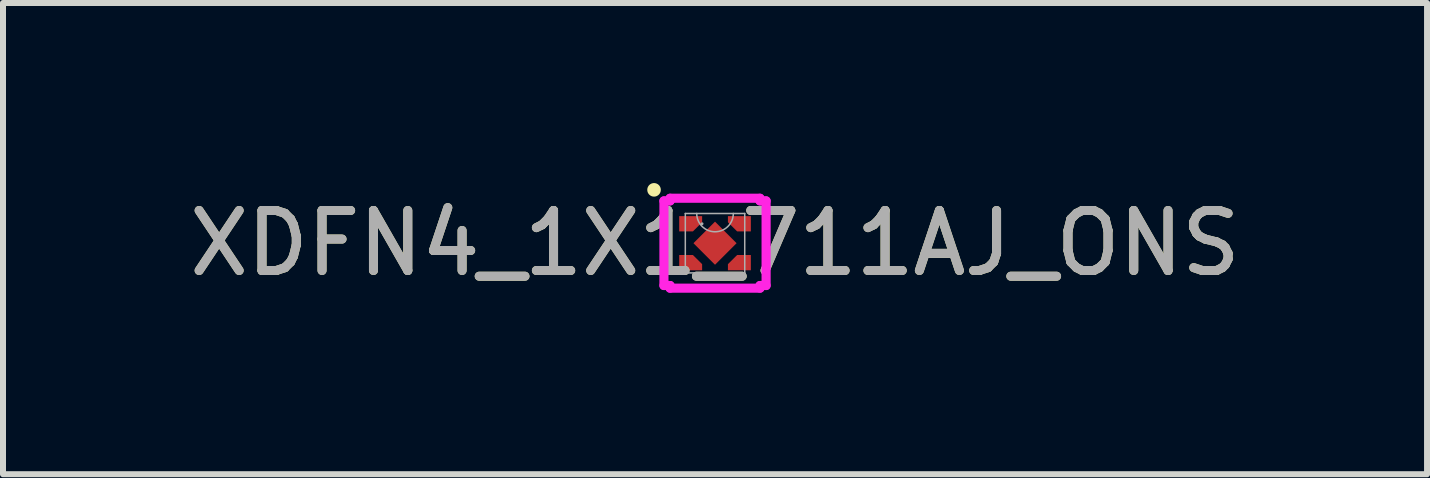
<source format=kicad_pcb>
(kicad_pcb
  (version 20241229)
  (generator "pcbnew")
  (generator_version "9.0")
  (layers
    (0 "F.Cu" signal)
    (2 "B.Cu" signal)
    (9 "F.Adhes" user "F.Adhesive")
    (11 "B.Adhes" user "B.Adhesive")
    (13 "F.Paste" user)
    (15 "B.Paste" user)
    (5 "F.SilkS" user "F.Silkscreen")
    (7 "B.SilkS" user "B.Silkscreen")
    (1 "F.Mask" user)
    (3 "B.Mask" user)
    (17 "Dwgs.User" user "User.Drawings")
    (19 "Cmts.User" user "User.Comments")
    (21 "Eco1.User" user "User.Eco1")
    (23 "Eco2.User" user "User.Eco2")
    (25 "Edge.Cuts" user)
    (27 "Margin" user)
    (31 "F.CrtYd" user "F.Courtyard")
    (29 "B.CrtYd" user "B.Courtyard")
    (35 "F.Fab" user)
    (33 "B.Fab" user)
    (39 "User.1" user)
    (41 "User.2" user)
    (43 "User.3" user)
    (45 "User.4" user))
  (footprint "XDFN4_1X1_711AJ_ONS"
    (layer "F.Cu")
    (at 8.863 1.002)
    (property "Reference" "XDFN4_1X1_711AJ_ONS" (at 0 0 0) (unlocked yes) (layer "F.SilkS") (effects (font (size 1 1) (thickness 0.15))))
    (attr smd)
    (fp_circle (center -1.016 -0.889) (end -0.953 -0.889) (stroke (width 0.1) (type solid)) (fill yes) (layer "F.SilkS"))
    (fp_line (start -0.851 -0.705) (end -0.749 -0.705) (stroke (width 0.152) (type solid)) (layer "F.CrtYd"))
    (fp_line (start -0.851 0.705) (end -0.851 -0.705) (stroke (width 0.152) (type solid)) (layer "F.CrtYd"))
    (fp_line (start -0.851 0.705) (end -0.749 0.705) (stroke (width 0.152) (type solid)) (layer "F.CrtYd"))
    (fp_line (start -0.749 -0.749) (end 0.749 -0.749) (stroke (width 0.152) (type solid)) (layer "F.CrtYd"))
    (fp_line (start -0.749 -0.705) (end -0.749 -0.749) (stroke (width 0.152) (type solid)) (layer "F.CrtYd"))
    (fp_line (start -0.749 0.749) (end -0.749 0.705) (stroke (width 0.152) (type solid)) (layer "F.CrtYd"))
    (fp_line (start 0.749 -0.749) (end 0.749 -0.705) (stroke (width 0.152) (type solid)) (layer "F.CrtYd"))
    (fp_line (start 0.749 0.705) (end 0.749 0.749) (stroke (width 0.152) (type solid)) (layer "F.CrtYd"))
    (fp_line (start 0.749 0.749) (end -0.749 0.749) (stroke (width 0.152) (type solid)) (layer "F.CrtYd"))
    (fp_line (start 0.851 -0.705) (end 0.749 -0.705) (stroke (width 0.152) (type solid)) (layer "F.CrtYd"))
    (fp_line (start 0.851 -0.705) (end 0.851 0.705) (stroke (width 0.152) (type solid)) (layer "F.CrtYd"))
    (fp_line (start 0.851 0.705) (end 0.749 0.705) (stroke (width 0.152) (type solid)) (layer "F.CrtYd"))
    (fp_line (start -0.495 -0.495) (end -0.495 0.495) (stroke (width 0.025) (type solid)) (layer "F.Fab"))
    (fp_line (start -0.495 0.495) (end 0.495 0.495) (stroke (width 0.025) (type solid)) (layer "F.Fab"))
    (fp_line (start 0.495 -0.495) (end -0.495 -0.495) (stroke (width 0.025) (type solid)) (layer "F.Fab"))
    (fp_line (start 0.495 0.495) (end 0.495 -0.495) (stroke (width 0.025) (type solid)) (layer "F.Fab"))
    (fp_arc (start 0.3048 -0.4953) (mid 0 -0.1905) (end -0.3048 -0.4953) (stroke (width 0.0254) (type solid)) (layer "F.Fab"))
    (fp_circle (center -0.216 -0.324) (end -0.216 -0.324) (stroke (width 0.025) (type solid)) (fill no) (layer "F.Fab"))
    (fp_text user "${REFERENCE}" (at 0 0 0) (unlocked yes) (layer "F.Fab") (effects (font (size 1 1) (thickness 0.15))))
    (pad "1" smd custom (at -0.406 -0.324) (size 0.127 0.127) (layers "F.Cu" "F.Mask" "F.Paste") (options (anchor rect)) (primitives (gr_poly (pts (xy -0.191 0.127) (xy -0.191 -0.127) (xy 0.191 -0.127) (xy 0.191 -0.025) (xy 0.038 0.127)) (width 0) (fill yes))))
    (pad "2" smd custom (at -0.406 0.324) (size 0.127 0.127) (layers "F.Cu" "F.Mask" "F.Paste") (options (anchor rect)) (primitives (gr_poly (pts (xy -0.191 -0.127) (xy -0.191 0.127) (xy 0.191 0.127) (xy 0.191 0.025) (xy 0.038 -0.127)) (width 0) (fill yes))))
    (pad "3" smd custom (at 0.406 0.324) (size 0.127 0.127) (layers "F.Cu" "F.Mask" "F.Paste") (options (anchor rect)) (primitives (gr_poly (pts (xy 0.191 -0.127) (xy 0.191 0.127) (xy -0.191 0.127) (xy -0.191 0.025) (xy -0.038 -0.127)) (width 0) (fill yes))))
    (pad "4" smd custom (at 0.406 -0.324) (size 0.127 0.127) (layers "F.Cu" "F.Mask" "F.Paste") (options (anchor rect)) (primitives (gr_poly (pts (xy 0.191 0.127) (xy 0.191 -0.127) (xy -0.191 -0.127) (xy -0.191 -0.025) (xy -0.038 0.127)) (width 0) (fill yes))))
    (pad "5" smd rect (at 0 0 45) (size 0.508 0.508) (layers "F.Cu" "F.Mask")))
  (gr_rect
    (start -3 -3)
    (end 20.726 4.851)
    (stroke (width 0.1) (type default))
    (fill no)
    (layer "Edge.Cuts")))
</source>
